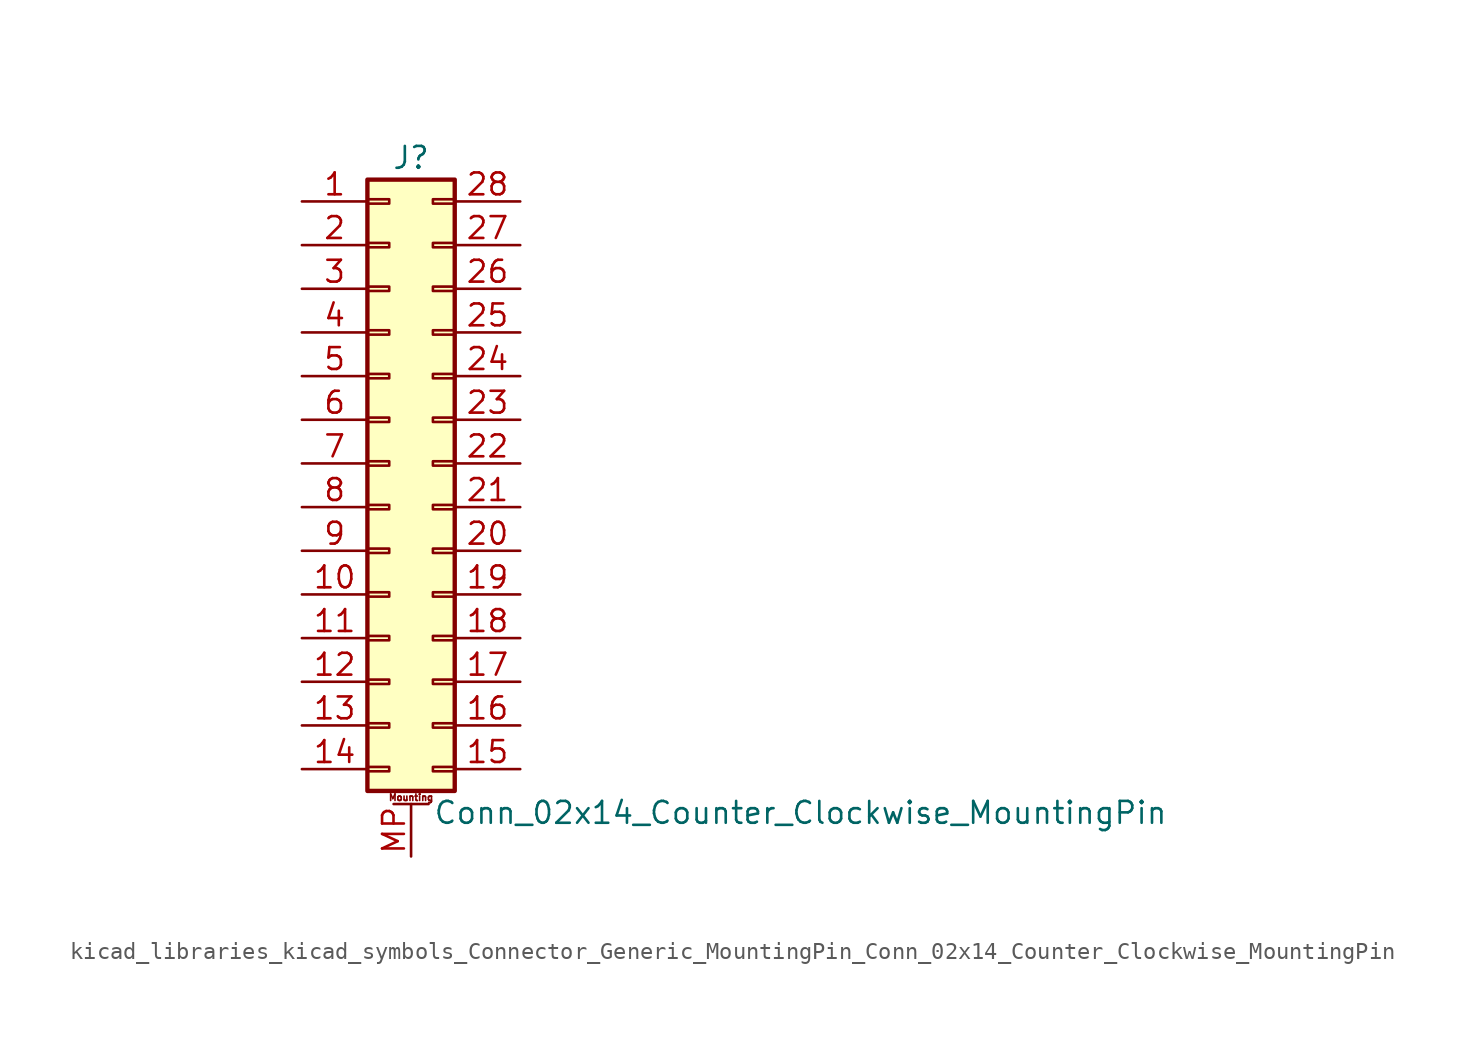
<source format=kicad_sym>
(kicad_symbol_lib
  (version 20220914)
  (generator kicad_symbol_editor)
  (symbol "kicad_libraries_kicad_symbols_Connector_Generic_MountingPin_Conn_02x14_Counter_Clockwise_MountingPin"
    (pin_names
      (offset 1.016) hide)
    (property "Reference" "J"
      (at 1.27 17.78 0)
      (effects (font (size 1.27 1.27))))
    (property "Value" "Conn_02x14_Counter_Clockwise_MountingPin"
      (at 2.54 -20.32 0)
      (effects (font (size 1.27 1.27)) (justify left)))
    (symbol "kicad_libraries_kicad_symbols_Connector_Generic_MountingPin_Conn_02x14_Counter_Clockwise_MountingPin_1_1"
      (rectangle (start -1.27 -17.653) (end 0 -17.907) (stroke (width 0.152) (type default)) (fill (type none)))
      (rectangle (start -1.27 -15.113) (end 0 -15.367) (stroke (width 0.152) (type default)) (fill (type none)))
      (rectangle (start -1.27 -12.573) (end 0 -12.827) (stroke (width 0.152) (type default)) (fill (type none)))
      (rectangle (start -1.27 -10.033) (end 0 -10.287) (stroke (width 0.152) (type default)) (fill (type none)))
      (rectangle (start -1.27 -7.493) (end 0 -7.747) (stroke (width 0.152) (type default)) (fill (type none)))
      (rectangle (start -1.27 -4.953) (end 0 -5.207) (stroke (width 0.152) (type default)) (fill (type none)))
      (rectangle (start -1.27 -2.413) (end 0 -2.667) (stroke (width 0.152) (type default)) (fill (type none)))
      (rectangle (start -1.27 0.127) (end 0 -0.127) (stroke (width 0.152) (type default)) (fill (type none)))
      (rectangle (start -1.27 2.667) (end 0 2.413) (stroke (width 0.152) (type default)) (fill (type none)))
      (rectangle (start -1.27 5.207) (end 0 4.953) (stroke (width 0.152) (type default)) (fill (type none)))
      (rectangle (start -1.27 7.747) (end 0 7.493) (stroke (width 0.152) (type default)) (fill (type none)))
      (rectangle (start -1.27 10.287) (end 0 10.033) (stroke (width 0.152) (type default)) (fill (type none)))
      (rectangle (start -1.27 12.827) (end 0 12.573) (stroke (width 0.152) (type default)) (fill (type none)))
      (rectangle (start -1.27 15.367) (end 0 15.113) (stroke (width 0.152) (type default)) (fill (type none)))
      (rectangle (start -1.27 16.51) (end 3.81 -19.05) (stroke (width 0.254) (type default)) (fill (type background)))
      (polyline (pts (xy 0.254 -19.812) (xy 2.286 -19.812)) (stroke (width 0.152) (type default)) (fill (type none)))
      (rectangle (start 3.81 -17.653) (end 2.54 -17.907) (stroke (width 0.152) (type default)) (fill (type none)))
      (rectangle (start 3.81 -15.113) (end 2.54 -15.367) (stroke (width 0.152) (type default)) (fill (type none)))
      (rectangle (start 3.81 -12.573) (end 2.54 -12.827) (stroke (width 0.152) (type default)) (fill (type none)))
      (rectangle (start 3.81 -10.033) (end 2.54 -10.287) (stroke (width 0.152) (type default)) (fill (type none)))
      (rectangle (start 3.81 -7.493) (end 2.54 -7.747) (stroke (width 0.152) (type default)) (fill (type none)))
      (rectangle (start 3.81 -4.953) (end 2.54 -5.207) (stroke (width 0.152) (type default)) (fill (type none)))
      (rectangle (start 3.81 -2.413) (end 2.54 -2.667) (stroke (width 0.152) (type default)) (fill (type none)))
      (rectangle (start 3.81 0.127) (end 2.54 -0.127) (stroke (width 0.152) (type default)) (fill (type none)))
      (rectangle (start 3.81 2.667) (end 2.54 2.413) (stroke (width 0.152) (type default)) (fill (type none)))
      (rectangle (start 3.81 5.207) (end 2.54 4.953) (stroke (width 0.152) (type default)) (fill (type none)))
      (rectangle (start 3.81 7.747) (end 2.54 7.493) (stroke (width 0.152) (type default)) (fill (type none)))
      (rectangle (start 3.81 10.287) (end 2.54 10.033) (stroke (width 0.152) (type default)) (fill (type none)))
      (rectangle (start 3.81 12.827) (end 2.54 12.573) (stroke (width 0.152) (type default)) (fill (type none)))
      (rectangle (start 3.81 15.367) (end 2.54 15.113) (stroke (width 0.152) (type default)) (fill (type none)))
      (text "Mounting" (at 1.27 -19.431 0) (effects (font (size 0.381 0.381))))
      (pin passive line (at -5.08 15.24 0) (length 3.81) (name "Pin_1" (effects (font (size 1.27 1.27)))) (number "1" (effects (font (size 1.27 1.27)))))
      (pin passive line (at -5.08 -7.62 0) (length 3.81) (name "Pin_10" (effects (font (size 1.27 1.27)))) (number "10" (effects (font (size 1.27 1.27)))))
      (pin passive line (at -5.08 -10.16 0) (length 3.81) (name "Pin_11" (effects (font (size 1.27 1.27)))) (number "11" (effects (font (size 1.27 1.27)))))
      (pin passive line (at -5.08 -12.7 0) (length 3.81) (name "Pin_12" (effects (font (size 1.27 1.27)))) (number "12" (effects (font (size 1.27 1.27)))))
      (pin passive line (at -5.08 -15.24 0) (length 3.81) (name "Pin_13" (effects (font (size 1.27 1.27)))) (number "13" (effects (font (size 1.27 1.27)))))
      (pin passive line (at -5.08 -17.78 0) (length 3.81) (name "Pin_14" (effects (font (size 1.27 1.27)))) (number "14" (effects (font (size 1.27 1.27)))))
      (pin passive line (at 7.62 -17.78 180) (length 3.81) (name "Pin_15" (effects (font (size 1.27 1.27)))) (number "15" (effects (font (size 1.27 1.27)))))
      (pin passive line (at 7.62 -15.24 180) (length 3.81) (name "Pin_16" (effects (font (size 1.27 1.27)))) (number "16" (effects (font (size 1.27 1.27)))))
      (pin passive line (at 7.62 -12.7 180) (length 3.81) (name "Pin_17" (effects (font (size 1.27 1.27)))) (number "17" (effects (font (size 1.27 1.27)))))
      (pin passive line (at 7.62 -10.16 180) (length 3.81) (name "Pin_18" (effects (font (size 1.27 1.27)))) (number "18" (effects (font (size 1.27 1.27)))))
      (pin passive line (at 7.62 -7.62 180) (length 3.81) (name "Pin_19" (effects (font (size 1.27 1.27)))) (number "19" (effects (font (size 1.27 1.27)))))
      (pin passive line (at -5.08 12.7 0) (length 3.81) (name "Pin_2" (effects (font (size 1.27 1.27)))) (number "2" (effects (font (size 1.27 1.27)))))
      (pin passive line (at 7.62 -5.08 180) (length 3.81) (name "Pin_20" (effects (font (size 1.27 1.27)))) (number "20" (effects (font (size 1.27 1.27)))))
      (pin passive line (at 7.62 -2.54 180) (length 3.81) (name "Pin_21" (effects (font (size 1.27 1.27)))) (number "21" (effects (font (size 1.27 1.27)))))
      (pin passive line (at 7.62 0 180) (length 3.81) (name "Pin_22" (effects (font (size 1.27 1.27)))) (number "22" (effects (font (size 1.27 1.27)))))
      (pin passive line (at 7.62 2.54 180) (length 3.81) (name "Pin_23" (effects (font (size 1.27 1.27)))) (number "23" (effects (font (size 1.27 1.27)))))
      (pin passive line (at 7.62 5.08 180) (length 3.81) (name "Pin_24" (effects (font (size 1.27 1.27)))) (number "24" (effects (font (size 1.27 1.27)))))
      (pin passive line (at 7.62 7.62 180) (length 3.81) (name "Pin_25" (effects (font (size 1.27 1.27)))) (number "25" (effects (font (size 1.27 1.27)))))
      (pin passive line (at 7.62 10.16 180) (length 3.81) (name "Pin_26" (effects (font (size 1.27 1.27)))) (number "26" (effects (font (size 1.27 1.27)))))
      (pin passive line (at 7.62 12.7 180) (length 3.81) (name "Pin_27" (effects (font (size 1.27 1.27)))) (number "27" (effects (font (size 1.27 1.27)))))
      (pin passive line (at 7.62 15.24 180) (length 3.81) (name "Pin_28" (effects (font (size 1.27 1.27)))) (number "28" (effects (font (size 1.27 1.27)))))
      (pin passive line (at -5.08 10.16 0) (length 3.81) (name "Pin_3" (effects (font (size 1.27 1.27)))) (number "3" (effects (font (size 1.27 1.27)))))
      (pin passive line (at -5.08 7.62 0) (length 3.81) (name "Pin_4" (effects (font (size 1.27 1.27)))) (number "4" (effects (font (size 1.27 1.27)))))
      (pin passive line (at -5.08 5.08 0) (length 3.81) (name "Pin_5" (effects (font (size 1.27 1.27)))) (number "5" (effects (font (size 1.27 1.27)))))
      (pin passive line (at -5.08 2.54 0) (length 3.81) (name "Pin_6" (effects (font (size 1.27 1.27)))) (number "6" (effects (font (size 1.27 1.27)))))
      (pin passive line (at -5.08 0 0) (length 3.81) (name "Pin_7" (effects (font (size 1.27 1.27)))) (number "7" (effects (font (size 1.27 1.27)))))
      (pin passive line (at -5.08 -2.54 0) (length 3.81) (name "Pin_8" (effects (font (size 1.27 1.27)))) (number "8" (effects (font (size 1.27 1.27)))))
      (pin passive line (at -5.08 -5.08 0) (length 3.81) (name "Pin_9" (effects (font (size 1.27 1.27)))) (number "9" (effects (font (size 1.27 1.27)))))
      (pin passive line (at 1.27 -22.86 90) (length 3.048) (name "MountPin" (effects (font (size 1.27 1.27)))) (number "MP" (effects (font (size 1.27 1.27))))))))
</source>
